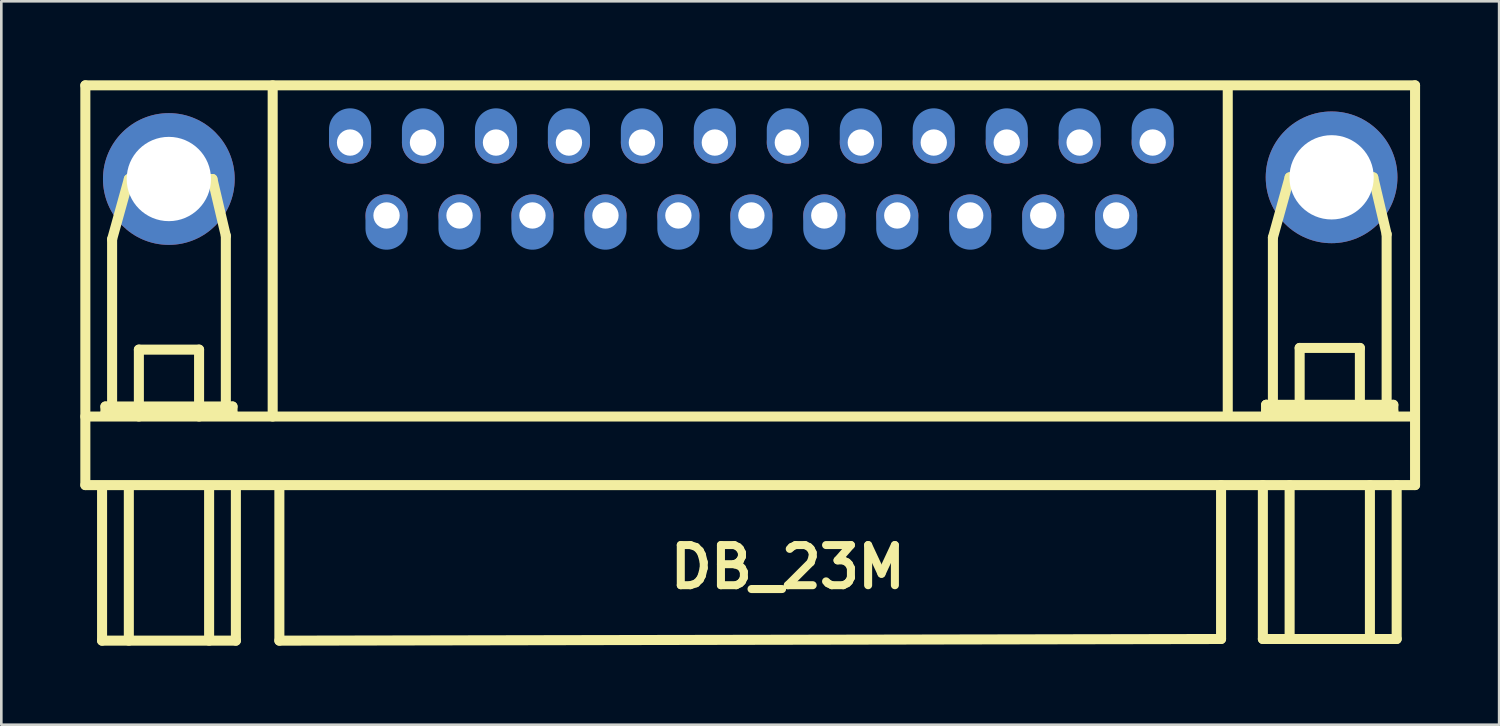
<source format=kicad_pcb>
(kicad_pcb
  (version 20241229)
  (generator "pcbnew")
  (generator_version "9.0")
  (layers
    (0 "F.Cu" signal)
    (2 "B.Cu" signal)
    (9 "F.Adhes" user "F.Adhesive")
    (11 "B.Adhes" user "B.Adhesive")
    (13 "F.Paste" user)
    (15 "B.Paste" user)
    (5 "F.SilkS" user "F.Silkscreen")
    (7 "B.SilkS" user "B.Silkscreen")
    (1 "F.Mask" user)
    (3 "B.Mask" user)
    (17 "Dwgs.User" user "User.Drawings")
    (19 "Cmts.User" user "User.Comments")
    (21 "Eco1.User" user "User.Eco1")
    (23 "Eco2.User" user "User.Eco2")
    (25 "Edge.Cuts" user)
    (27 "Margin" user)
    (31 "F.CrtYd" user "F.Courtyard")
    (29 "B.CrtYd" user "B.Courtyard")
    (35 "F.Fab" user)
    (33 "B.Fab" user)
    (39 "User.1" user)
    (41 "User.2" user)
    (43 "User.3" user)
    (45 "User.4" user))
  (footprint "DB_23M"
    (layer "F.Cu")
    (at 26.86 10.858)
    (property "Reference" "DB_23M" (at 0 7.62 0) (layer "F.SilkS") (effects (font (size 1.524 1.524) (thickness 0.305))))
    (attr through_hole)
    (fp_line (start -26.67 -10.668) (end -26.67 4.508) (stroke (width 0.381) (type solid)) (layer "F.SilkS"))
    (fp_line (start -26.67 1.905) (end 23.749 1.905) (stroke (width 0.381) (type solid)) (layer "F.SilkS"))
    (fp_line (start -26.035 4.572) (end -26.035 10.414) (stroke (width 0.381) (type solid)) (layer "F.SilkS"))
    (fp_line (start -26.035 10.414) (end -20.955 10.414) (stroke (width 0.381) (type solid)) (layer "F.SilkS"))
    (fp_line (start -25.908 1.524) (end -25.908 1.778) (stroke (width 0.381) (type solid)) (layer "F.SilkS"))
    (fp_line (start -25.908 1.778) (end -21.082 1.778) (stroke (width 0.381) (type solid)) (layer "F.SilkS"))
    (fp_line (start -25.654 -4.826) (end -25.019 -7.112) (stroke (width 0.381) (type solid)) (layer "F.SilkS"))
    (fp_line (start -25.654 1.524) (end -25.654 -4.826) (stroke (width 0.381) (type solid)) (layer "F.SilkS"))
    (fp_line (start -25.019 -7.112) (end -21.844 -7.112) (stroke (width 0.381) (type solid)) (layer "F.SilkS"))
    (fp_line (start -25.019 4.572) (end -25.019 10.414) (stroke (width 0.381) (type solid)) (layer "F.SilkS"))
    (fp_line (start -24.638 -0.635) (end -22.352 -0.635) (stroke (width 0.381) (type solid)) (layer "F.SilkS"))
    (fp_line (start -24.638 1.905) (end -24.638 -0.635) (stroke (width 0.381) (type solid)) (layer "F.SilkS"))
    (fp_line (start -22.352 -0.635) (end -22.352 1.905) (stroke (width 0.381) (type solid)) (layer "F.SilkS"))
    (fp_line (start -21.971 4.572) (end -21.971 10.414) (stroke (width 0.381) (type solid)) (layer "F.SilkS"))
    (fp_line (start -21.844 -7.112) (end -21.336 -4.953) (stroke (width 0.381) (type solid)) (layer "F.SilkS"))
    (fp_line (start -21.336 -4.953) (end -21.336 1.524) (stroke (width 0.381) (type solid)) (layer "F.SilkS"))
    (fp_line (start -21.082 1.524) (end -25.908 1.524) (stroke (width 0.381) (type solid)) (layer "F.SilkS"))
    (fp_line (start -21.082 1.778) (end -21.082 1.524) (stroke (width 0.381) (type solid)) (layer "F.SilkS"))
    (fp_line (start -20.955 4.572) (end -20.955 10.414) (stroke (width 0.381) (type solid)) (layer "F.SilkS"))
    (fp_line (start -19.558 1.905) (end -19.558 -10.668) (stroke (width 0.381) (type solid)) (layer "F.SilkS"))
    (fp_line (start -19.304 4.572) (end -19.304 10.414) (stroke (width 0.381) (type solid)) (layer "F.SilkS"))
    (fp_line (start 16.447 10.351) (end -19.304 10.414) (stroke (width 0.381) (type solid)) (layer "F.SilkS"))
    (fp_line (start 16.447 10.351) (end 16.447 4.508) (stroke (width 0.381) (type solid)) (layer "F.SilkS"))
    (fp_line (start 16.701 1.841) (end 16.701 -10.477) (stroke (width 0.381) (type solid)) (layer "F.SilkS"))
    (fp_line (start 18.034 4.508) (end 18.034 10.351) (stroke (width 0.381) (type solid)) (layer "F.SilkS"))
    (fp_line (start 18.034 10.351) (end 23.114 10.351) (stroke (width 0.381) (type solid)) (layer "F.SilkS"))
    (fp_line (start 18.161 1.46) (end 18.161 1.714) (stroke (width 0.381) (type solid)) (layer "F.SilkS"))
    (fp_line (start 18.161 1.46) (end 18.161 1.714) (stroke (width 0.381) (type solid)) (layer "F.SilkS"))
    (fp_line (start 18.161 1.714) (end 22.987 1.714) (stroke (width 0.381) (type solid)) (layer "F.SilkS"))
    (fp_line (start 18.415 -4.889) (end 19.05 -7.176) (stroke (width 0.381) (type solid)) (layer "F.SilkS"))
    (fp_line (start 18.415 1.46) (end 18.415 -4.889) (stroke (width 0.381) (type solid)) (layer "F.SilkS"))
    (fp_line (start 19.05 -7.176) (end 22.225 -7.176) (stroke (width 0.381) (type solid)) (layer "F.SilkS"))
    (fp_line (start 19.05 4.508) (end 19.05 10.351) (stroke (width 0.381) (type solid)) (layer "F.SilkS"))
    (fp_line (start 19.431 -0.699) (end 21.717 -0.699) (stroke (width 0.381) (type solid)) (layer "F.SilkS"))
    (fp_line (start 19.431 1.841) (end 19.431 -0.699) (stroke (width 0.381) (type solid)) (layer "F.SilkS"))
    (fp_line (start 21.717 -0.699) (end 21.717 1.841) (stroke (width 0.381) (type solid)) (layer "F.SilkS"))
    (fp_line (start 22.098 4.508) (end 22.098 10.351) (stroke (width 0.381) (type solid)) (layer "F.SilkS"))
    (fp_line (start 22.225 -7.176) (end 22.733 -5.016) (stroke (width 0.381) (type solid)) (layer "F.SilkS"))
    (fp_line (start 22.733 -5.016) (end 22.733 1.46) (stroke (width 0.381) (type solid)) (layer "F.SilkS"))
    (fp_line (start 22.987 1.46) (end 18.161 1.46) (stroke (width 0.381) (type solid)) (layer "F.SilkS"))
    (fp_line (start 22.987 1.714) (end 22.987 1.46) (stroke (width 0.381) (type solid)) (layer "F.SilkS"))
    (fp_line (start 23.114 4.508) (end 23.114 10.351) (stroke (width 0.381) (type solid)) (layer "F.SilkS"))
    (fp_line (start 23.812 -10.668) (end -26.67 -10.668) (stroke (width 0.381) (type solid)) (layer "F.SilkS"))
    (fp_line (start 23.812 -10.668) (end 23.812 4.508) (stroke (width 0.381) (type solid)) (layer "F.SilkS"))
    (fp_line (start 23.812 4.508) (end -26.67 4.508) (stroke (width 0.381) (type solid)) (layer "F.SilkS"))
    (pad "0" thru_hole circle (at -23.5 -7.112) (size 5.001 5.001) (drill 3.2) (layers "*.Cu" "*.Mask"))
    (pad "0" thru_hole circle (at 20.643 -7.176) (size 5.001 5.001) (drill 3.2) (layers "*.Cu" "*.Mask"))
    (pad "1" thru_hole circle (at -16.619 -8.496) (size 1.6 1.6) (drill 1 (offset 0 0)) (layers "*.Cu" "*.Mask") (padstack (mode front_inner_back) (layer "Inner" (shape circle) (size 1.6 1.6)) (layer "B.Cu" (shape oval) (size 1.6 2.1) (offset 0 -0.25))))
    (pad "2" thru_hole circle (at -13.851 -8.496) (size 1.6 1.6) (drill 1 (offset 0 0)) (layers "*.Cu" "*.Mask") (padstack (mode front_inner_back) (layer "Inner" (shape circle) (size 1.6 1.6)) (layer "B.Cu" (shape oval) (size 1.6 2.1) (offset 0 -0.25))))
    (pad "3" thru_hole circle (at -11.079 -8.496) (size 1.6 1.6) (drill 1 (offset 0 0)) (layers "*.Cu" "*.Mask") (padstack (mode front_inner_back) (layer "Inner" (shape circle) (size 1.6 1.6)) (layer "B.Cu" (shape oval) (size 1.6 2.1) (offset 0 -0.25))))
    (pad "4" thru_hole circle (at -8.311 -8.496) (size 1.6 1.6) (drill 1 (offset 0 0)) (layers "*.Cu" "*.Mask") (padstack (mode front_inner_back) (layer "Inner" (shape circle) (size 1.6 1.6)) (layer "B.Cu" (shape oval) (size 1.6 2.1) (offset 0 -0.25))))
    (pad "5" thru_hole circle (at -5.54 -8.496) (size 1.6 1.6) (drill 1 (offset 0 0)) (layers "*.Cu" "*.Mask") (padstack (mode front_inner_back) (layer "Inner" (shape circle) (size 1.6 1.6)) (layer "B.Cu" (shape oval) (size 1.6 2.1) (offset 0 -0.25))))
    (pad "6" thru_hole circle (at -2.771 -8.496) (size 1.6 1.6) (drill 1 (offset 0 0)) (layers "*.Cu" "*.Mask") (padstack (mode front_inner_back) (layer "Inner" (shape circle) (size 1.6 1.6)) (layer "B.Cu" (shape oval) (size 1.6 2.1) (offset 0 -0.25))))
    (pad "7" thru_hole circle (at 0 -8.496) (size 1.6 1.6) (drill 1 (offset 0 0)) (layers "*.Cu" "*.Mask") (padstack (mode front_inner_back) (layer "Inner" (shape circle) (size 1.6 1.6)) (layer "B.Cu" (shape oval) (size 1.6 2.1) (offset 0 -0.25))))
    (pad "8" thru_hole circle (at 2.771 -8.496) (size 1.6 1.6) (drill 1 (offset 0 0)) (layers "*.Cu" "*.Mask") (padstack (mode front_inner_back) (layer "Inner" (shape circle) (size 1.6 1.6)) (layer "B.Cu" (shape oval) (size 1.6 2.1) (offset 0 -0.25))))
    (pad "9" thru_hole circle (at 5.54 -8.496) (size 1.6 1.6) (drill 1 (offset 0 0)) (layers "*.Cu" "*.Mask") (padstack (mode front_inner_back) (layer "Inner" (shape circle) (size 1.6 1.6)) (layer "B.Cu" (shape oval) (size 1.6 2.1) (offset 0 -0.25))))
    (pad "10" thru_hole circle (at 8.311 -8.496) (size 1.6 1.6) (drill 1 (offset 0 0)) (layers "*.Cu" "*.Mask") (padstack (mode front_inner_back) (layer "Inner" (shape circle) (size 1.6 1.6)) (layer "B.Cu" (shape oval) (size 1.6 2.1) (offset 0 -0.25))))
    (pad "11" thru_hole circle (at 11.079 -8.496) (size 1.6 1.6) (drill 1 (offset 0 0)) (layers "*.Cu" "*.Mask") (padstack (mode front_inner_back) (layer "Inner" (shape circle) (size 1.6 1.6)) (layer "B.Cu" (shape oval) (size 1.6 2.1) (offset 0 -0.25))))
    (pad "12" thru_hole circle (at 13.851 -8.496) (size 1.6 1.6) (drill 1 (offset 0 0)) (layers "*.Cu" "*.Mask") (padstack (mode front_inner_back) (layer "Inner" (shape circle) (size 1.6 1.6)) (layer "B.Cu" (shape oval) (size 1.6 2.1) (offset 0 -0.25))))
    (pad "13" thru_hole circle (at -15.235 -5.728) (size 1.6 1.6) (drill 1 (offset 0 0)) (layers "*.Cu" "*.Mask") (padstack (mode front_inner_back) (layer "Inner" (shape circle) (size 1.6 1.6)) (layer "B.Cu" (shape oval) (size 1.6 2.1) (offset 0 0.25))))
    (pad "14" thru_hole circle (at -12.464 -5.728) (size 1.6 1.6) (drill 1 (offset 0 0)) (layers "*.Cu" "*.Mask") (padstack (mode front_inner_back) (layer "Inner" (shape circle) (size 1.6 1.6)) (layer "B.Cu" (shape oval) (size 1.6 2.1) (offset 0 0.25))))
    (pad "15" thru_hole circle (at -9.695 -5.728) (size 1.6 1.6) (drill 1 (offset 0 0)) (layers "*.Cu" "*.Mask") (padstack (mode front_inner_back) (layer "Inner" (shape circle) (size 1.6 1.6)) (layer "B.Cu" (shape oval) (size 1.6 2.1) (offset 0 0.25))))
    (pad "16" thru_hole circle (at -6.924 -5.728) (size 1.6 1.6) (drill 1 (offset 0 0)) (layers "*.Cu" "*.Mask") (padstack (mode front_inner_back) (layer "Inner" (shape circle) (size 1.6 1.6)) (layer "B.Cu" (shape oval) (size 1.6 2.1) (offset 0 0.25))))
    (pad "17" thru_hole circle (at -4.155 -5.728) (size 1.6 1.6) (drill 1 (offset 0 0)) (layers "*.Cu" "*.Mask") (padstack (mode front_inner_back) (layer "Inner" (shape circle) (size 1.6 1.6)) (layer "B.Cu" (shape oval) (size 1.6 2.1) (offset 0 0.25))))
    (pad "18" thru_hole circle (at -1.384 -5.728) (size 1.6 1.6) (drill 1 (offset 0 0)) (layers "*.Cu" "*.Mask") (padstack (mode front_inner_back) (layer "Inner" (shape circle) (size 1.6 1.6)) (layer "B.Cu" (shape oval) (size 1.6 2.1) (offset 0 0.25))))
    (pad "19" thru_hole circle (at 1.384 -5.728) (size 1.6 1.6) (drill 1 (offset 0 0)) (layers "*.Cu" "*.Mask") (padstack (mode front_inner_back) (layer "Inner" (shape circle) (size 1.6 1.6)) (layer "B.Cu" (shape oval) (size 1.6 2.1) (offset 0 0.25))))
    (pad "20" thru_hole circle (at 4.155 -5.728) (size 1.6 1.6) (drill 1 (offset 0 0)) (layers "*.Cu" "*.Mask") (padstack (mode front_inner_back) (layer "Inner" (shape circle) (size 1.6 1.6)) (layer "B.Cu" (shape oval) (size 1.6 2.1) (offset 0 0.25))))
    (pad "21" thru_hole circle (at 6.924 -5.728) (size 1.6 1.6) (drill 1 (offset 0 0)) (layers "*.Cu" "*.Mask") (padstack (mode front_inner_back) (layer "Inner" (shape circle) (size 1.6 1.6)) (layer "B.Cu" (shape oval) (size 1.6 2.1) (offset 0 0.25))))
    (pad "22" thru_hole circle (at 9.695 -5.728) (size 1.6 1.6) (drill 1 (offset 0 0)) (layers "*.Cu" "*.Mask") (padstack (mode front_inner_back) (layer "Inner" (shape circle) (size 1.6 1.6)) (layer "B.Cu" (shape oval) (size 1.6 2.1) (offset 0 0.25))))
    (pad "23" thru_hole circle (at 12.464 -5.728) (size 1.6 1.6) (drill 1 (offset 0 0)) (layers "*.Cu" "*.Mask") (padstack (mode front_inner_back) (layer "Inner" (shape circle) (size 1.6 1.6)) (layer "B.Cu" (shape oval) (size 1.6 2.1) (offset 0 0.25)))))
  (gr_rect
    (start -3 -3)
    (end 53.864 24.463)
    (stroke (width 0.1) (type default))
    (fill no)
    (layer "Edge.Cuts")))
</source>
